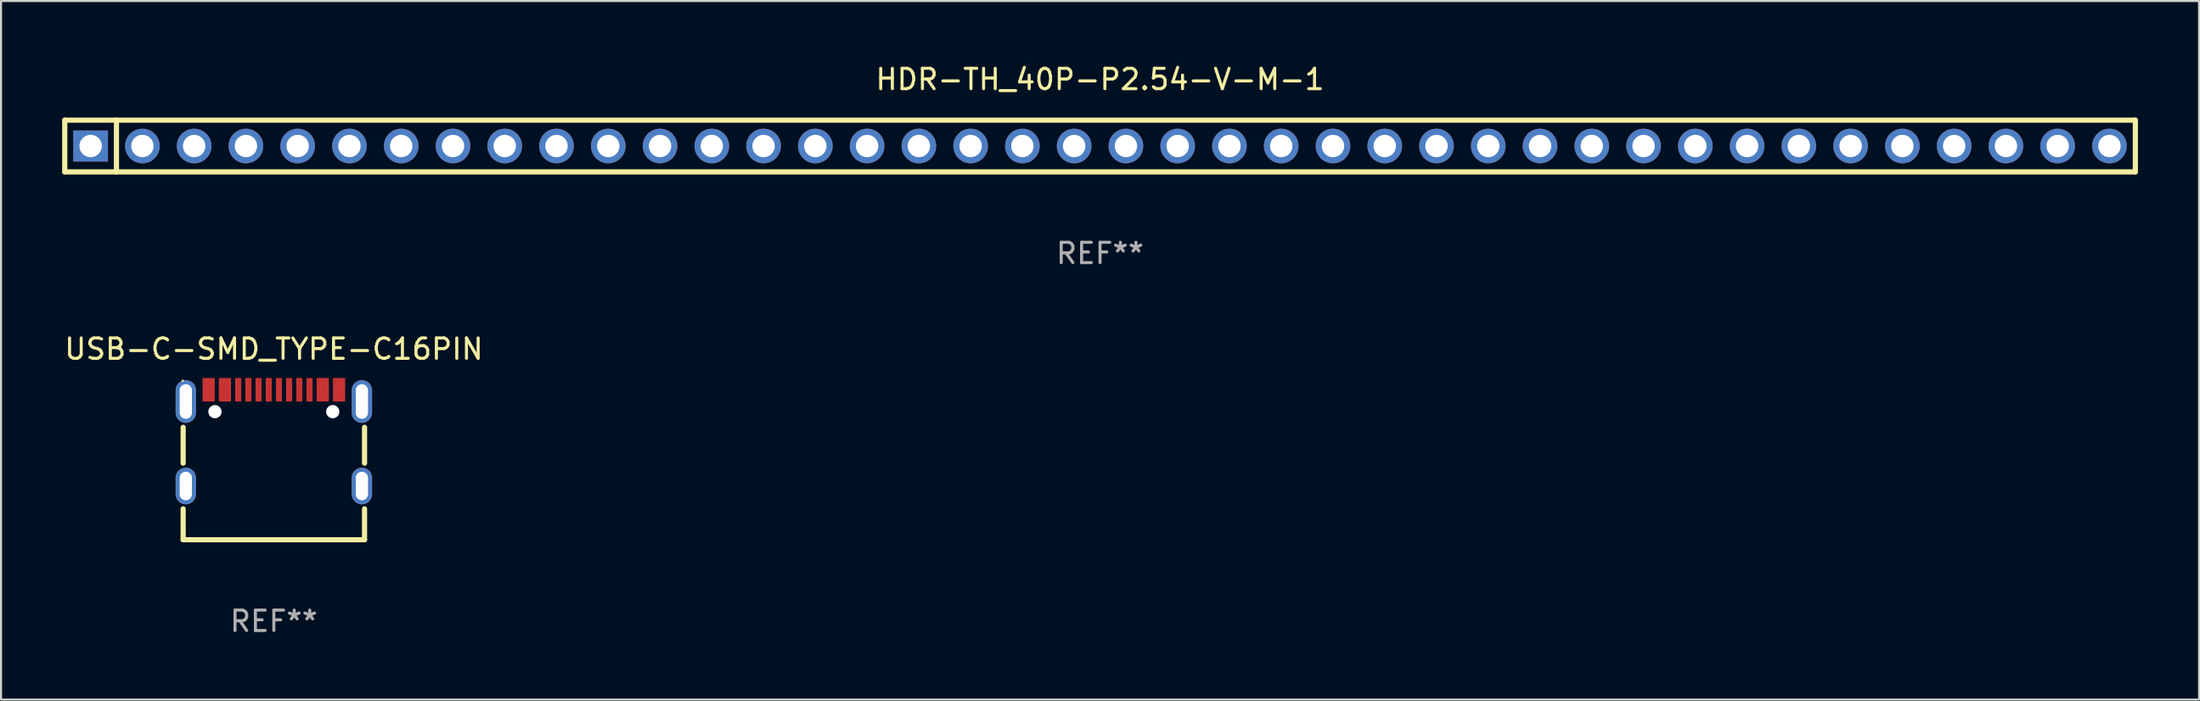
<source format=kicad_pcb>
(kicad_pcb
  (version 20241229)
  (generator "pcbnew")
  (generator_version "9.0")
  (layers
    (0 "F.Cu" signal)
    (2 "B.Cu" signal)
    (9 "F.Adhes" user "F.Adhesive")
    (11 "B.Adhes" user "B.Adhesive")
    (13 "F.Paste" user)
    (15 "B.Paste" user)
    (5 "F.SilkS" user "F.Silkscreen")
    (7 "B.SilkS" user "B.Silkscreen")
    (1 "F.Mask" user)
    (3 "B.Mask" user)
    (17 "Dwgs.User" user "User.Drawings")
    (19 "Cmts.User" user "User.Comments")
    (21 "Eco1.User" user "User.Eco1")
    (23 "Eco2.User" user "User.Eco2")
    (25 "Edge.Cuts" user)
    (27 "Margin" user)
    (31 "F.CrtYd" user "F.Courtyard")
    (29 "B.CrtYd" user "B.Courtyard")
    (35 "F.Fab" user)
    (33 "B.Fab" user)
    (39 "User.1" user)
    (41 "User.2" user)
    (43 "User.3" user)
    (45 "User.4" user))
  (footprint "HDR-TH_40P-P2.54-V-M-1"
    (layer "F.Cu")
    (at 50.927 4.118)
    (property "Reference" "HDR-TH_40P-P2.54-V-M-1" (at 0 -3.27 0) (layer "F.SilkS") (effects (font (size 1 1) (thickness 0.15))))
    (attr through_hole)
    (fp_line (start -50.8 -1.27) (end 50.8 -1.27) (stroke (width 0.254) (type solid)) (layer "F.SilkS"))
    (fp_line (start -50.8 1.27) (end -50.8 -1.27) (stroke (width 0.254) (type solid)) (layer "F.SilkS"))
    (fp_line (start -48.263 -1.27) (end -48.263 1.27) (stroke (width 0.254) (type solid)) (layer "F.SilkS"))
    (fp_line (start 50.8 -1.27) (end 50.8 1.27) (stroke (width 0.254) (type solid)) (layer "F.SilkS"))
    (fp_line (start 50.8 1.27) (end -50.8 1.27) (stroke (width 0.254) (type solid)) (layer "F.SilkS"))
    (fp_circle (center -50.8 1.25) (end -50.77 1.25) (stroke (width 0.06) (type solid)) (fill no) (layer "F.SilkS"))
    (fp_text user "REF**" (at 0 5.27 0) (layer "F.Fab") (effects (font (size 1 1) (thickness 0.15))))
    (pad "1" thru_hole rect (at -49.53 0) (size 1.7 1.524) (drill 1.1) (layers "*.Cu" "*.Mask"))
    (pad "2" thru_hole circle (at -46.99 0) (size 1.7 1.7) (drill 1.1) (layers "*.Cu" "*.Mask"))
    (pad "3" thru_hole circle (at -44.45 0) (size 1.7 1.7) (drill 1.1) (layers "*.Cu" "*.Mask"))
    (pad "4" thru_hole circle (at -41.91 0) (size 1.7 1.7) (drill 1.1) (layers "*.Cu" "*.Mask"))
    (pad "5" thru_hole circle (at -39.37 0) (size 1.7 1.7) (drill 1.1) (layers "*.Cu" "*.Mask"))
    (pad "6" thru_hole circle (at -36.83 0) (size 1.7 1.7) (drill 1.1) (layers "*.Cu" "*.Mask"))
    (pad "7" thru_hole circle (at -34.29 0) (size 1.7 1.7) (drill 1.1) (layers "*.Cu" "*.Mask"))
    (pad "8" thru_hole circle (at -31.75 0) (size 1.7 1.7) (drill 1.1) (layers "*.Cu" "*.Mask"))
    (pad "9" thru_hole circle (at -29.21 0) (size 1.7 1.7) (drill 1.1) (layers "*.Cu" "*.Mask"))
    (pad "10" thru_hole circle (at -26.67 0) (size 1.7 1.7) (drill 1.1) (layers "*.Cu" "*.Mask"))
    (pad "11" thru_hole circle (at -24.13 0) (size 1.7 1.7) (drill 1.1) (layers "*.Cu" "*.Mask"))
    (pad "12" thru_hole circle (at -21.59 0) (size 1.7 1.7) (drill 1.1) (layers "*.Cu" "*.Mask"))
    (pad "13" thru_hole circle (at -19.05 0) (size 1.7 1.7) (drill 1.1) (layers "*.Cu" "*.Mask"))
    (pad "14" thru_hole circle (at -16.51 0) (size 1.7 1.7) (drill 1.1) (layers "*.Cu" "*.Mask"))
    (pad "15" thru_hole circle (at -13.97 0) (size 1.7 1.7) (drill 1.1) (layers "*.Cu" "*.Mask"))
    (pad "16" thru_hole circle (at -11.43 0) (size 1.7 1.7) (drill 1.1) (layers "*.Cu" "*.Mask"))
    (pad "17" thru_hole circle (at -8.89 0) (size 1.7 1.7) (drill 1.1) (layers "*.Cu" "*.Mask"))
    (pad "18" thru_hole circle (at -6.35 0) (size 1.7 1.7) (drill 1.1) (layers "*.Cu" "*.Mask"))
    (pad "19" thru_hole circle (at -3.81 0) (size 1.7 1.7) (drill 1.1) (layers "*.Cu" "*.Mask"))
    (pad "20" thru_hole circle (at -1.27 0) (size 1.7 1.7) (drill 1.1) (layers "*.Cu" "*.Mask"))
    (pad "21" thru_hole circle (at 1.27 0) (size 1.7 1.7) (drill 1.1) (layers "*.Cu" "*.Mask"))
    (pad "22" thru_hole circle (at 3.81 0) (size 1.7 1.7) (drill 1.1) (layers "*.Cu" "*.Mask"))
    (pad "23" thru_hole circle (at 6.35 0) (size 1.7 1.7) (drill 1.1) (layers "*.Cu" "*.Mask"))
    (pad "24" thru_hole circle (at 8.89 0) (size 1.7 1.7) (drill 1.1) (layers "*.Cu" "*.Mask"))
    (pad "25" thru_hole circle (at 11.43 0) (size 1.7 1.7) (drill 1.1) (layers "*.Cu" "*.Mask"))
    (pad "26" thru_hole circle (at 13.97 0) (size 1.7 1.7) (drill 1.1) (layers "*.Cu" "*.Mask"))
    (pad "27" thru_hole circle (at 16.51 0) (size 1.7 1.7) (drill 1.1) (layers "*.Cu" "*.Mask"))
    (pad "28" thru_hole circle (at 19.05 0) (size 1.7 1.7) (drill 1.1) (layers "*.Cu" "*.Mask"))
    (pad "29" thru_hole circle (at 21.59 0) (size 1.7 1.7) (drill 1.1) (layers "*.Cu" "*.Mask"))
    (pad "30" thru_hole circle (at 24.13 0) (size 1.7 1.7) (drill 1.1) (layers "*.Cu" "*.Mask"))
    (pad "31" thru_hole circle (at 26.67 0) (size 1.7 1.7) (drill 1.1) (layers "*.Cu" "*.Mask"))
    (pad "32" thru_hole circle (at 29.21 0) (size 1.7 1.7) (drill 1.1) (layers "*.Cu" "*.Mask"))
    (pad "33" thru_hole circle (at 31.75 0) (size 1.7 1.7) (drill 1.1) (layers "*.Cu" "*.Mask"))
    (pad "34" thru_hole circle (at 34.29 0) (size 1.7 1.7) (drill 1.1) (layers "*.Cu" "*.Mask"))
    (pad "35" thru_hole circle (at 36.83 0) (size 1.7 1.7) (drill 1.1) (layers "*.Cu" "*.Mask"))
    (pad "36" thru_hole circle (at 39.37 0) (size 1.7 1.7) (drill 1.1) (layers "*.Cu" "*.Mask"))
    (pad "37" thru_hole circle (at 41.91 0) (size 1.7 1.7) (drill 1.1) (layers "*.Cu" "*.Mask"))
    (pad "38" thru_hole circle (at 44.45 0) (size 1.7 1.7) (drill 1.1) (layers "*.Cu" "*.Mask"))
    (pad "39" thru_hole circle (at 46.99 0) (size 1.7 1.7) (drill 1.1) (layers "*.Cu" "*.Mask"))
    (pad "40" thru_hole circle (at 49.53 0) (size 1.7 1.7) (drill 1.1) (layers "*.Cu" "*.Mask")))
  (footprint "USB-C-SMD_TYPE-C16PIN"
    (layer "F.Cu")
    (at 10.387 18.447)
    (property "Reference" "USB-C-SMD_TYPE-C16PIN" (at 0.000013 -4.362 0) (layer "F.SilkS") (effects (font (size 1 1) (thickness 0.15))))
    (attr through_hole)
    (fp_line (start -4.45 -0.518) (end -4.45 1.243) (stroke (width 0.254) (type solid)) (layer "F.SilkS"))
    (fp_line (start -4.45 3.482) (end -4.45 5) (stroke (width 0.254) (type solid)) (layer "F.SilkS"))
    (fp_line (start -4.45 5) (end 4.45 5) (stroke (width 0.254) (type solid)) (layer "F.SilkS"))
    (fp_line (start 4.45 1.243) (end 4.45 -0.518) (stroke (width 0.254) (type solid)) (layer "F.SilkS"))
    (fp_line (start 4.45 5) (end 4.45 3.482) (stroke (width 0.254) (type solid)) (layer "F.SilkS"))
    (fp_circle (center -4.47 -2.803) (end -4.44 -2.803) (stroke (width 0.06) (type solid)) (fill no) (layer "F.SilkS"))
    (fp_circle (center -2.89 -1.288) (end -2.765 -1.288) (stroke (width 0.25) (type solid)) (fill no) (layer "F.Fab"))
    (fp_circle (center 2.89 -1.288) (end 3.015 -1.288) (stroke (width 0.25) (type solid)) (fill no) (layer "F.Fab"))
    (fp_text user "REF**" (at 0.000013 9 0) (layer "F.Fab") (effects (font (size 1 1) (thickness 0.15))))
    (pad "" np_thru_hole circle (at -2.89 -1.288) (size 0.65 0.65) (drill 0.65) (layers "*.Cu" "*.Mask"))
    (pad "" np_thru_hole circle (at 2.89 -1.288) (size 0.65 0.65) (drill 0.65) (layers "*.Cu" "*.Mask"))
    (pad "1" thru_hole oval (at -4.32 -1.787) (size 1 2.1) (drill oval 0.6 1.7) (layers "*.Cu" "*.Mask"))
    (pad "2" thru_hole oval (at 4.32 -1.787) (size 1 2.1) (drill oval 0.6 1.7) (layers "*.Cu" "*.Mask"))
    (pad "3" thru_hole oval (at -4.32 2.362) (size 1 1.8) (drill oval 0.6 1.4) (layers "*.Cu" "*.Mask"))
    (pad "4" thru_hole oval (at 4.32 2.362) (size 1 1.8) (drill oval 0.6 1.4) (layers "*.Cu" "*.Mask"))
    (pad "A1B12" smd rect (at -3.2 -2.362) (size 0.6 1.15) (layers "F.Cu" "F.Mask" "F.Paste"))
    (pad "A4B9" smd rect (at -2.4 -2.362) (size 0.6 1.15) (layers "F.Cu" "F.Mask" "F.Paste"))
    (pad "A5" smd rect (at -1.25 -2.362) (size 0.3 1.15) (layers "F.Cu" "F.Mask" "F.Paste"))
    (pad "A6" smd rect (at -0.25 -2.362) (size 0.3 1.15) (layers "F.Cu" "F.Mask" "F.Paste"))
    (pad "A7" smd rect (at 0.25 -2.362) (size 0.3 1.15) (layers "F.Cu" "F.Mask" "F.Paste"))
    (pad "A8" smd rect (at 1.25 -2.362) (size 0.3 1.15) (layers "F.Cu" "F.Mask" "F.Paste"))
    (pad "B1A12" smd rect (at 3.2 -2.362) (size 0.6 1.15) (layers "F.Cu" "F.Mask" "F.Paste"))
    (pad "B4A9" smd rect (at 2.4 -2.362) (size 0.6 1.15) (layers "F.Cu" "F.Mask" "F.Paste"))
    (pad "B5" smd rect (at 1.75 -2.362) (size 0.3 1.15) (layers "F.Cu" "F.Mask" "F.Paste"))
    (pad "B6" smd rect (at 0.75 -2.362) (size 0.3 1.15) (layers "F.Cu" "F.Mask" "F.Paste"))
    (pad "B7" smd rect (at -0.75 -2.362) (size 0.3 1.15) (layers "F.Cu" "F.Mask" "F.Paste"))
    (pad "B8" smd rect (at -1.75 -2.362) (size 0.3 1.15) (layers "F.Cu" "F.Mask" "F.Paste")))
  (gr_rect
    (start -3 -3)
    (end 104.854 31.295)
    (stroke (width 0.1) (type default))
    (fill no)
    (layer "Edge.Cuts")))
</source>
